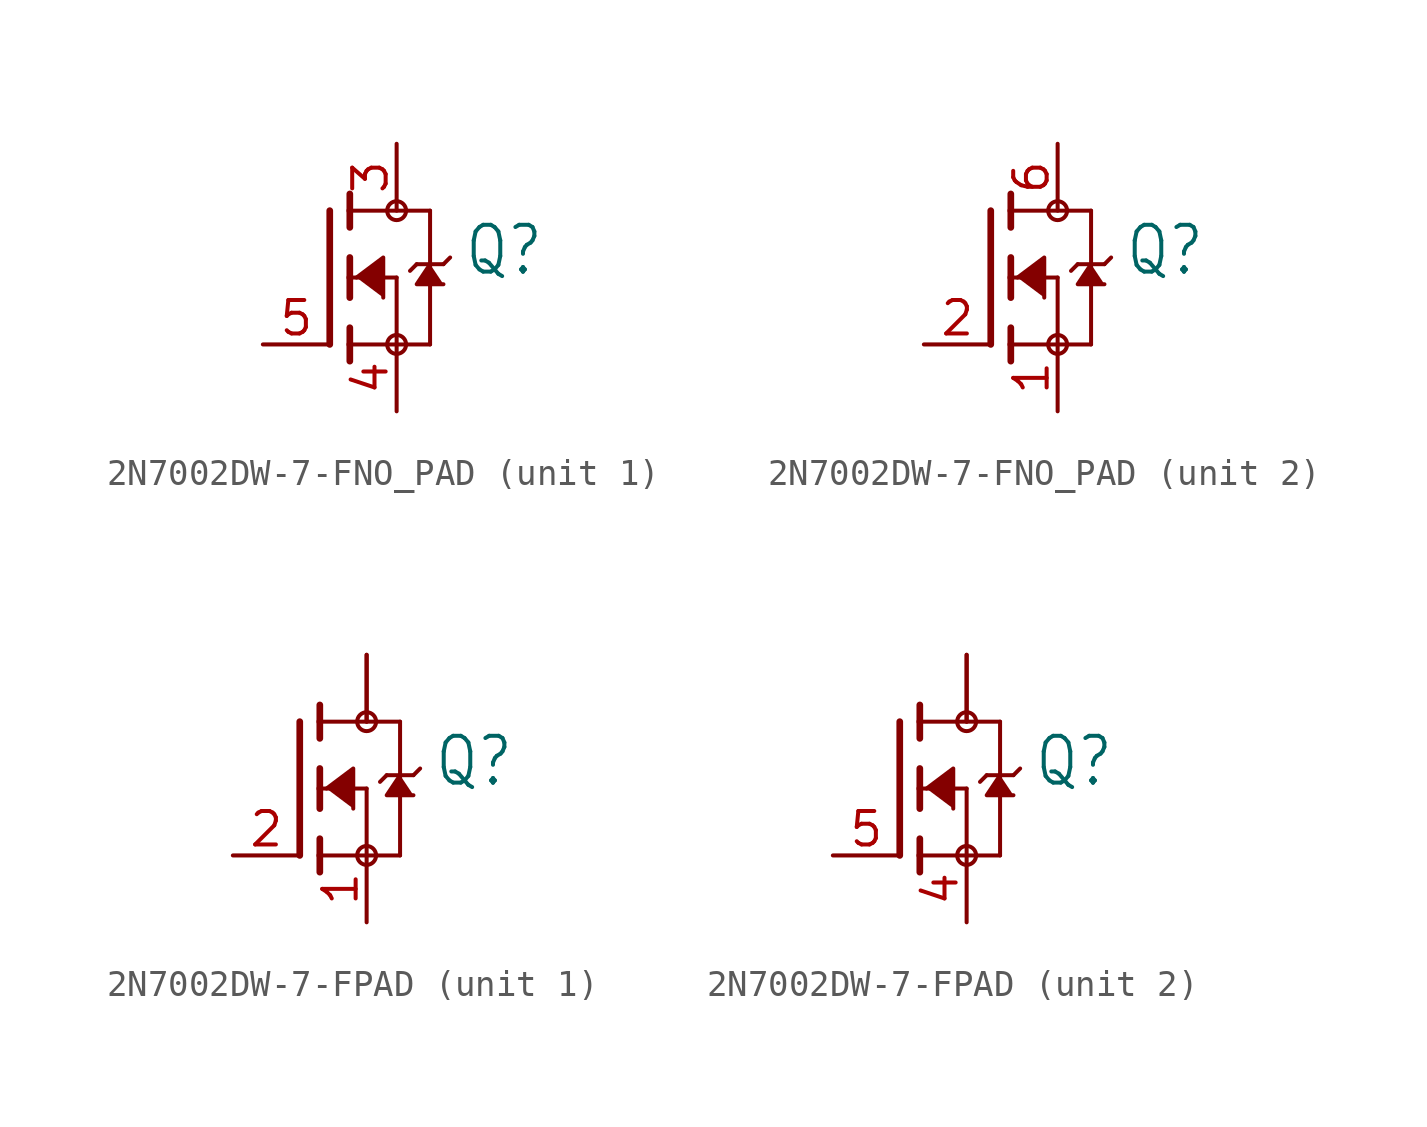
<source format=kicad_sym>
(kicad_symbol_lib
  (version 20231120)
  (generator "kicad_symbol_editor")
  (generator_version "8.0")
  (symbol "2N7002DW-7-FNO_PAD"
    (property "Reference" "Q"
      (at 2.54 0 0)
      (effects (font (size 1.778 1.511)) (justify left bottom)))
    (property "Value" ""
      (at 2.54 -2.54 0)
      (effects (font (size 1.778 1.511)) (justify left bottom)))
    (property "ki_locked" ""
      (at 0 0 0)
      (effects (font (size 1.27 1.27))))
    (symbol "2N7002DW-7-FNO_PAD_1_0"
      (circle (center 0 -2.54) (radius 0.359) (stroke (width 0) (type solid)) (fill (type none)))
      (polyline (pts (xy -2.54 2.54) (xy -2.54 -2.54)) (stroke (width 0.254) (type solid)) (fill (type none)))
      (polyline (pts (xy -1.778 -2.54) (xy -1.778 -3.175)) (stroke (width 0.254) (type solid)) (fill (type none)))
      (polyline (pts (xy -1.778 -1.905) (xy -1.778 -2.54)) (stroke (width 0.254) (type solid)) (fill (type none)))
      (polyline (pts (xy -1.778 0) (xy -1.778 -0.762)) (stroke (width 0.254) (type solid)) (fill (type none)))
      (polyline (pts (xy -1.778 0) (xy 0 0)) (stroke (width 0.152) (type solid)) (fill (type none)))
      (polyline (pts (xy -1.778 0.762) (xy -1.778 0)) (stroke (width 0.254) (type solid)) (fill (type none)))
      (polyline (pts (xy -1.778 2.54) (xy -1.778 1.905)) (stroke (width 0.254) (type solid)) (fill (type none)))
      (polyline (pts (xy -1.778 2.54) (xy 1.27 2.54)) (stroke (width 0.152) (type solid)) (fill (type none)))
      (polyline (pts (xy -1.778 3.175) (xy -1.778 2.54)) (stroke (width 0.254) (type solid)) (fill (type none)))
      (polyline (pts (xy 0 -2.54) (xy -1.778 -2.54)) (stroke (width 0.152) (type solid)) (fill (type none)))
      (polyline (pts (xy 0 -2.54) (xy 1.27 -2.54)) (stroke (width 0.152) (type solid)) (fill (type none)))
      (polyline (pts (xy 0 0) (xy 0 -2.54)) (stroke (width 0.152) (type solid)) (fill (type none)))
      (polyline (pts (xy 0.762 0.508) (xy 0.508 0.254)) (stroke (width 0.152) (type solid)) (fill (type none)))
      (polyline (pts (xy 1.27 0.508) (xy 0.762 0.508)) (stroke (width 0.152) (type solid)) (fill (type none)))
      (polyline (pts (xy 1.27 0.508) (xy 1.27 -2.54)) (stroke (width 0.152) (type solid)) (fill (type none)))
      (polyline (pts (xy 1.27 2.54) (xy 1.27 0.508)) (stroke (width 0.152) (type solid)) (fill (type none)))
      (polyline (pts (xy 1.778 0.508) (xy 1.27 0.508)) (stroke (width 0.152) (type solid)) (fill (type none)))
      (polyline (pts (xy 2.032 0.762) (xy 1.778 0.508)) (stroke (width 0.152) (type solid)) (fill (type none)))
      (polyline (pts (xy -1.524 0) (xy -0.508 0.762) (xy -0.508 -0.762)) (stroke (width 0.152) (type solid)) (fill (type outline)))
      (polyline (pts (xy 1.27 0.508) (xy 0.762 -0.254) (xy 1.778 -0.254)) (stroke (width 0.152) (type solid)) (fill (type outline)))
      (circle (center 0 2.54) (radius 0.359) (stroke (width 0) (type solid)) (fill (type none)))
      (pin passive line (at 0 5.08 270) (length 2.54) (name "D" (effects (font (size 0 0)))) (number "3" (effects (font (size 1.27 1.27)))))
      (pin passive line (at 0 -5.08 90) (length 2.54) (name "S" (effects (font (size 0 0)))) (number "4" (effects (font (size 1.27 1.27)))))
      (pin passive line (at -5.08 -2.54 0) (length 2.54) (name "G" (effects (font (size 0 0)))) (number "5" (effects (font (size 1.27 1.27))))))
    (symbol "2N7002DW-7-FNO_PAD_2_0"
      (circle (center 0 -2.54) (radius 0.359) (stroke (width 0) (type solid)) (fill (type none)))
      (polyline (pts (xy -2.54 2.54) (xy -2.54 -2.54)) (stroke (width 0.254) (type solid)) (fill (type none)))
      (polyline (pts (xy -1.778 -2.54) (xy -1.778 -3.175)) (stroke (width 0.254) (type solid)) (fill (type none)))
      (polyline (pts (xy -1.778 -1.905) (xy -1.778 -2.54)) (stroke (width 0.254) (type solid)) (fill (type none)))
      (polyline (pts (xy -1.778 0) (xy -1.778 -0.762)) (stroke (width 0.254) (type solid)) (fill (type none)))
      (polyline (pts (xy -1.778 0) (xy 0 0)) (stroke (width 0.152) (type solid)) (fill (type none)))
      (polyline (pts (xy -1.778 0.762) (xy -1.778 0)) (stroke (width 0.254) (type solid)) (fill (type none)))
      (polyline (pts (xy -1.778 2.54) (xy -1.778 1.905)) (stroke (width 0.254) (type solid)) (fill (type none)))
      (polyline (pts (xy -1.778 2.54) (xy 1.27 2.54)) (stroke (width 0.152) (type solid)) (fill (type none)))
      (polyline (pts (xy -1.778 3.175) (xy -1.778 2.54)) (stroke (width 0.254) (type solid)) (fill (type none)))
      (polyline (pts (xy 0 -2.54) (xy -1.778 -2.54)) (stroke (width 0.152) (type solid)) (fill (type none)))
      (polyline (pts (xy 0 -2.54) (xy 1.27 -2.54)) (stroke (width 0.152) (type solid)) (fill (type none)))
      (polyline (pts (xy 0 0) (xy 0 -2.54)) (stroke (width 0.152) (type solid)) (fill (type none)))
      (polyline (pts (xy 0.762 0.508) (xy 0.508 0.254)) (stroke (width 0.152) (type solid)) (fill (type none)))
      (polyline (pts (xy 1.27 0.508) (xy 0.762 0.508)) (stroke (width 0.152) (type solid)) (fill (type none)))
      (polyline (pts (xy 1.27 0.508) (xy 1.27 -2.54)) (stroke (width 0.152) (type solid)) (fill (type none)))
      (polyline (pts (xy 1.27 2.54) (xy 1.27 0.508)) (stroke (width 0.152) (type solid)) (fill (type none)))
      (polyline (pts (xy 1.778 0.508) (xy 1.27 0.508)) (stroke (width 0.152) (type solid)) (fill (type none)))
      (polyline (pts (xy 2.032 0.762) (xy 1.778 0.508)) (stroke (width 0.152) (type solid)) (fill (type none)))
      (polyline (pts (xy -1.524 0) (xy -0.508 0.762) (xy -0.508 -0.762)) (stroke (width 0.152) (type solid)) (fill (type outline)))
      (polyline (pts (xy 1.27 0.508) (xy 0.762 -0.254) (xy 1.778 -0.254)) (stroke (width 0.152) (type solid)) (fill (type outline)))
      (circle (center 0 2.54) (radius 0.359) (stroke (width 0) (type solid)) (fill (type none)))
      (pin passive line (at 0 -5.08 90) (length 2.54) (name "S" (effects (font (size 0 0)))) (number "1" (effects (font (size 1.27 1.27)))))
      (pin passive line (at -5.08 -2.54 0) (length 2.54) (name "G" (effects (font (size 0 0)))) (number "2" (effects (font (size 1.27 1.27)))))
      (pin passive line (at 0 5.08 270) (length 2.54) (name "D" (effects (font (size 0 0)))) (number "6" (effects (font (size 1.27 1.27)))))))
  (symbol "2N7002DW-7-FPAD"
    (property "Reference" "Q"
      (at 2.54 0 0)
      (effects (font (size 1.778 1.511)) (justify left bottom)))
    (property "Value" ""
      (at 2.54 -2.54 0)
      (effects (font (size 1.778 1.511)) (justify left bottom)))
    (property "ki_locked" ""
      (at 0 0 0)
      (effects (font (size 1.27 1.27))))
    (symbol "2N7002DW-7-FPAD_1_0"
      (circle (center 0 -2.54) (radius 0.359) (stroke (width 0) (type solid)) (fill (type none)))
      (polyline (pts (xy -2.54 2.54) (xy -2.54 -2.54)) (stroke (width 0.254) (type solid)) (fill (type none)))
      (polyline (pts (xy -1.778 -2.54) (xy -1.778 -3.175)) (stroke (width 0.254) (type solid)) (fill (type none)))
      (polyline (pts (xy -1.778 -1.905) (xy -1.778 -2.54)) (stroke (width 0.254) (type solid)) (fill (type none)))
      (polyline (pts (xy -1.778 0) (xy -1.778 -0.762)) (stroke (width 0.254) (type solid)) (fill (type none)))
      (polyline (pts (xy -1.778 0) (xy 0 0)) (stroke (width 0.152) (type solid)) (fill (type none)))
      (polyline (pts (xy -1.778 0.762) (xy -1.778 0)) (stroke (width 0.254) (type solid)) (fill (type none)))
      (polyline (pts (xy -1.778 2.54) (xy -1.778 1.905)) (stroke (width 0.254) (type solid)) (fill (type none)))
      (polyline (pts (xy -1.778 2.54) (xy 1.27 2.54)) (stroke (width 0.152) (type solid)) (fill (type none)))
      (polyline (pts (xy -1.778 3.175) (xy -1.778 2.54)) (stroke (width 0.254) (type solid)) (fill (type none)))
      (polyline (pts (xy 0 -2.54) (xy -1.778 -2.54)) (stroke (width 0.152) (type solid)) (fill (type none)))
      (polyline (pts (xy 0 -2.54) (xy 1.27 -2.54)) (stroke (width 0.152) (type solid)) (fill (type none)))
      (polyline (pts (xy 0 0) (xy 0 -2.54)) (stroke (width 0.152) (type solid)) (fill (type none)))
      (polyline (pts (xy 0.762 0.508) (xy 0.508 0.254)) (stroke (width 0.152) (type solid)) (fill (type none)))
      (polyline (pts (xy 1.27 0.508) (xy 0.762 0.508)) (stroke (width 0.152) (type solid)) (fill (type none)))
      (polyline (pts (xy 1.27 0.508) (xy 1.27 -2.54)) (stroke (width 0.152) (type solid)) (fill (type none)))
      (polyline (pts (xy 1.27 2.54) (xy 1.27 0.508)) (stroke (width 0.152) (type solid)) (fill (type none)))
      (polyline (pts (xy 1.778 0.508) (xy 1.27 0.508)) (stroke (width 0.152) (type solid)) (fill (type none)))
      (polyline (pts (xy 2.032 0.762) (xy 1.778 0.508)) (stroke (width 0.152) (type solid)) (fill (type none)))
      (polyline (pts (xy -1.524 0) (xy -0.508 0.762) (xy -0.508 -0.762)) (stroke (width 0.152) (type solid)) (fill (type outline)))
      (polyline (pts (xy 1.27 0.508) (xy 0.762 -0.254) (xy 1.778 -0.254)) (stroke (width 0.152) (type solid)) (fill (type outline)))
      (circle (center 0 2.54) (radius 0.359) (stroke (width 0) (type solid)) (fill (type none)))
      (pin passive line (at 0 -5.08 90) (length 2.54) (name "S" (effects (font (size 0 0)))) (number "1" (effects (font (size 1.27 1.27)))))
      (pin passive line (at -5.08 -2.54 0) (length 2.54) (name "G" (effects (font (size 0 0)))) (number "2" (effects (font (size 1.27 1.27)))))
      (pin passive line (at 0 5.08 270) (length 2.54) (name "D" (effects (font (size 0 0)))) (number "3" (effects (font (size 0 0)))))
      (pin passive line (at 0 5.08 270) (length 2.54) (name "D" (effects (font (size 0 0)))) (number "D" (effects (font (size 0 0))))))
    (symbol "2N7002DW-7-FPAD_2_0"
      (circle (center 0 -2.54) (radius 0.359) (stroke (width 0) (type solid)) (fill (type none)))
      (polyline (pts (xy -2.54 2.54) (xy -2.54 -2.54)) (stroke (width 0.254) (type solid)) (fill (type none)))
      (polyline (pts (xy -1.778 -2.54) (xy -1.778 -3.175)) (stroke (width 0.254) (type solid)) (fill (type none)))
      (polyline (pts (xy -1.778 -1.905) (xy -1.778 -2.54)) (stroke (width 0.254) (type solid)) (fill (type none)))
      (polyline (pts (xy -1.778 0) (xy -1.778 -0.762)) (stroke (width 0.254) (type solid)) (fill (type none)))
      (polyline (pts (xy -1.778 0) (xy 0 0)) (stroke (width 0.152) (type solid)) (fill (type none)))
      (polyline (pts (xy -1.778 0.762) (xy -1.778 0)) (stroke (width 0.254) (type solid)) (fill (type none)))
      (polyline (pts (xy -1.778 2.54) (xy -1.778 1.905)) (stroke (width 0.254) (type solid)) (fill (type none)))
      (polyline (pts (xy -1.778 2.54) (xy 1.27 2.54)) (stroke (width 0.152) (type solid)) (fill (type none)))
      (polyline (pts (xy -1.778 3.175) (xy -1.778 2.54)) (stroke (width 0.254) (type solid)) (fill (type none)))
      (polyline (pts (xy 0 -2.54) (xy -1.778 -2.54)) (stroke (width 0.152) (type solid)) (fill (type none)))
      (polyline (pts (xy 0 -2.54) (xy 1.27 -2.54)) (stroke (width 0.152) (type solid)) (fill (type none)))
      (polyline (pts (xy 0 0) (xy 0 -2.54)) (stroke (width 0.152) (type solid)) (fill (type none)))
      (polyline (pts (xy 0.762 0.508) (xy 0.508 0.254)) (stroke (width 0.152) (type solid)) (fill (type none)))
      (polyline (pts (xy 1.27 0.508) (xy 0.762 0.508)) (stroke (width 0.152) (type solid)) (fill (type none)))
      (polyline (pts (xy 1.27 0.508) (xy 1.27 -2.54)) (stroke (width 0.152) (type solid)) (fill (type none)))
      (polyline (pts (xy 1.27 2.54) (xy 1.27 0.508)) (stroke (width 0.152) (type solid)) (fill (type none)))
      (polyline (pts (xy 1.778 0.508) (xy 1.27 0.508)) (stroke (width 0.152) (type solid)) (fill (type none)))
      (polyline (pts (xy 2.032 0.762) (xy 1.778 0.508)) (stroke (width 0.152) (type solid)) (fill (type none)))
      (polyline (pts (xy -1.524 0) (xy -0.508 0.762) (xy -0.508 -0.762)) (stroke (width 0.152) (type solid)) (fill (type outline)))
      (polyline (pts (xy 1.27 0.508) (xy 0.762 -0.254) (xy 1.778 -0.254)) (stroke (width 0.152) (type solid)) (fill (type outline)))
      (circle (center 0 2.54) (radius 0.359) (stroke (width 0) (type solid)) (fill (type none)))
      (pin passive line (at 0 -5.08 90) (length 2.54) (name "S" (effects (font (size 0 0)))) (number "4" (effects (font (size 1.27 1.27)))))
      (pin passive line (at -5.08 -2.54 0) (length 2.54) (name "G" (effects (font (size 0 0)))) (number "5" (effects (font (size 1.27 1.27)))))
      (pin passive line (at 0 5.08 270) (length 2.54) (name "D" (effects (font (size 0 0)))) (number "6" (effects (font (size 0 0)))))
      (pin passive line (at 0 5.08 270) (length 2.54) (name "D" (effects (font (size 0 0)))) (number "K" (effects (font (size 0 0))))))))
</source>
